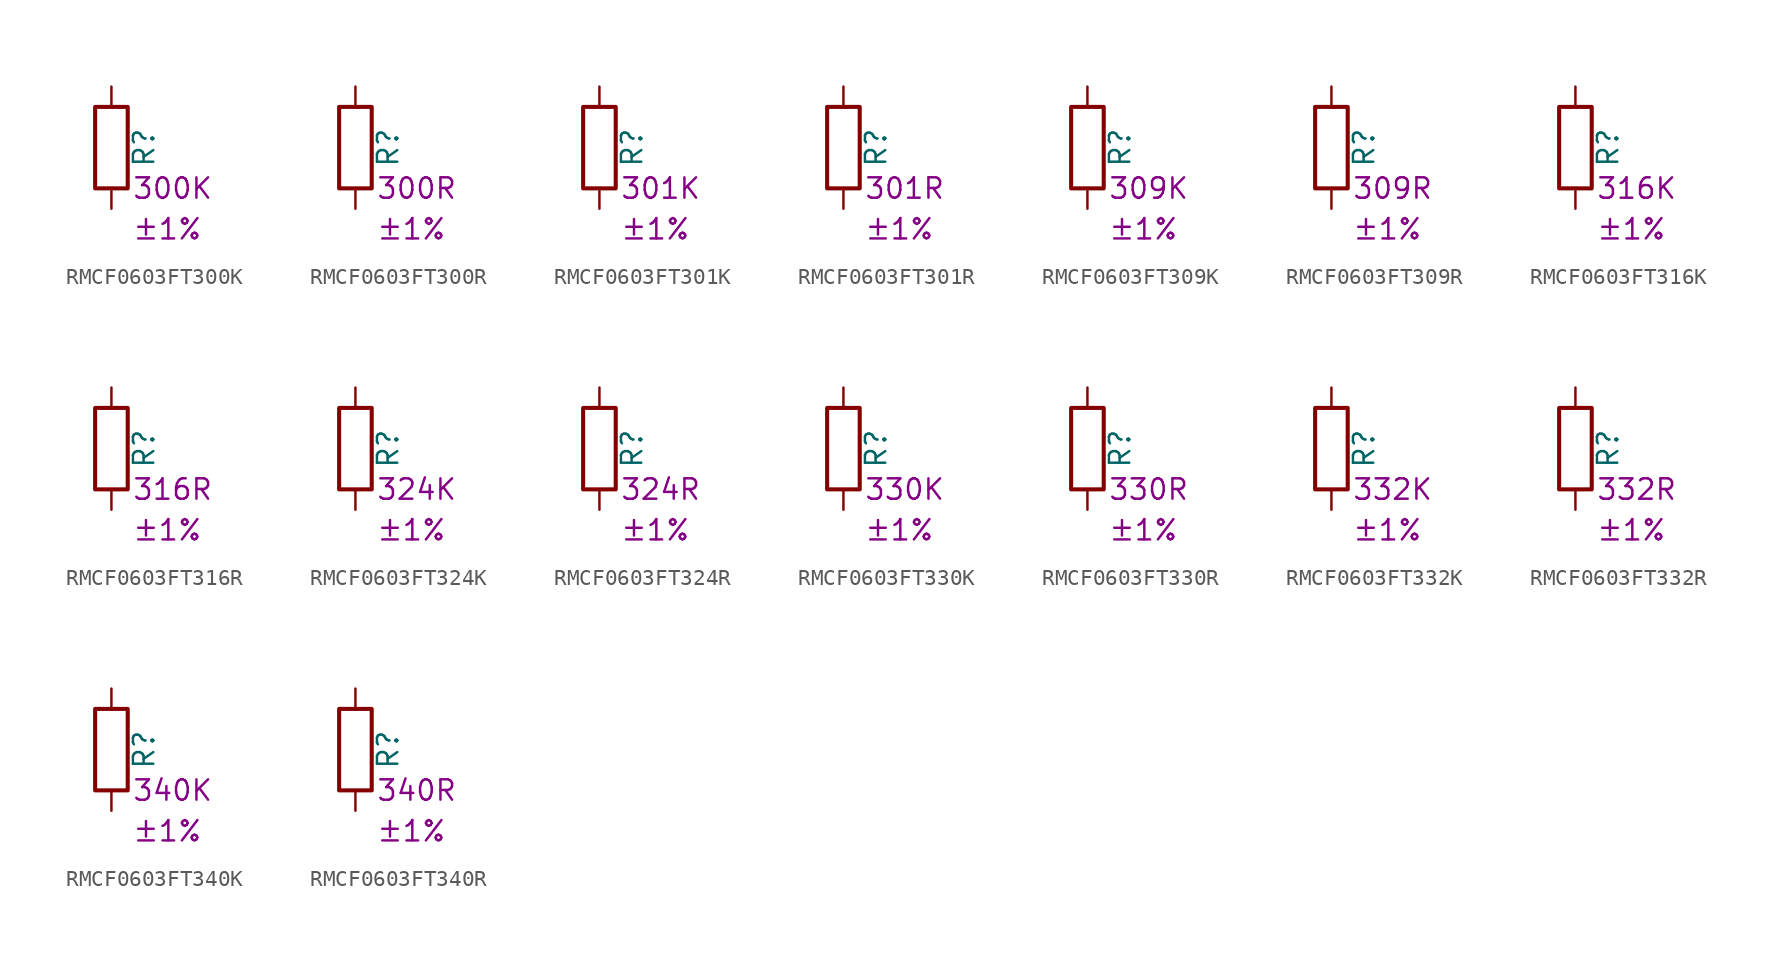
<source format=kicad_sym>
(kicad_symbol_lib
  (version 20220914)
  (generator kicad_symbol_editor)
  (symbol "RMCF0603FT300K"
    (pin_numbers hide)
    (pin_names
      (offset 0))
    (property "Reference" "R"
      (at 2.032 0 90)
      (effects (font (size 1.27 1.27))))
    (property "Resistance" "300K"
      (at 1.27 -2.54 0)
      (effects (font (size 1.27 1.27)) (justify left)))
    (property "Tolerance" "±1%"
      (at 1.27 -5.08 0)
      (effects (font (size 1.27 1.27)) (justify left)))
    (symbol "RMCF0603FT300K_0_1"
      (rectangle (start -1.016 -2.54) (end 1.016 2.54) (stroke (width 0.254) (type default)) (fill (type none))))
    (symbol "RMCF0603FT300K_1_1"
      (pin passive line (at 0 3.81 270) (length 1.27) (name "~" (effects (font (size 1.27 1.27)))) (number "1" (effects (font (size 1.27 1.27)))))
      (pin passive line (at 0 -3.81 90) (length 1.27) (name "~" (effects (font (size 1.27 1.27)))) (number "2" (effects (font (size 1.27 1.27)))))))
  (symbol "RMCF0603FT300R"
    (pin_numbers hide)
    (pin_names
      (offset 0))
    (property "Reference" "R"
      (at 2.032 0 90)
      (effects (font (size 1.27 1.27))))
    (property "Resistance" "300R"
      (at 1.27 -2.54 0)
      (effects (font (size 1.27 1.27)) (justify left)))
    (property "Tolerance" "±1%"
      (at 1.27 -5.08 0)
      (effects (font (size 1.27 1.27)) (justify left)))
    (symbol "RMCF0603FT300R_0_1"
      (rectangle (start -1.016 -2.54) (end 1.016 2.54) (stroke (width 0.254) (type default)) (fill (type none))))
    (symbol "RMCF0603FT300R_1_1"
      (pin passive line (at 0 3.81 270) (length 1.27) (name "~" (effects (font (size 1.27 1.27)))) (number "1" (effects (font (size 1.27 1.27)))))
      (pin passive line (at 0 -3.81 90) (length 1.27) (name "~" (effects (font (size 1.27 1.27)))) (number "2" (effects (font (size 1.27 1.27)))))))
  (symbol "RMCF0603FT301K"
    (pin_numbers hide)
    (pin_names
      (offset 0))
    (property "Reference" "R"
      (at 2.032 0 90)
      (effects (font (size 1.27 1.27))))
    (property "Resistance" "301K"
      (at 1.27 -2.54 0)
      (effects (font (size 1.27 1.27)) (justify left)))
    (property "Tolerance" "±1%"
      (at 1.27 -5.08 0)
      (effects (font (size 1.27 1.27)) (justify left)))
    (symbol "RMCF0603FT301K_0_1"
      (rectangle (start -1.016 -2.54) (end 1.016 2.54) (stroke (width 0.254) (type default)) (fill (type none))))
    (symbol "RMCF0603FT301K_1_1"
      (pin passive line (at 0 3.81 270) (length 1.27) (name "~" (effects (font (size 1.27 1.27)))) (number "1" (effects (font (size 1.27 1.27)))))
      (pin passive line (at 0 -3.81 90) (length 1.27) (name "~" (effects (font (size 1.27 1.27)))) (number "2" (effects (font (size 1.27 1.27)))))))
  (symbol "RMCF0603FT301R"
    (pin_numbers hide)
    (pin_names
      (offset 0))
    (property "Reference" "R"
      (at 2.032 0 90)
      (effects (font (size 1.27 1.27))))
    (property "Resistance" "301R"
      (at 1.27 -2.54 0)
      (effects (font (size 1.27 1.27)) (justify left)))
    (property "Tolerance" "±1%"
      (at 1.27 -5.08 0)
      (effects (font (size 1.27 1.27)) (justify left)))
    (symbol "RMCF0603FT301R_0_1"
      (rectangle (start -1.016 -2.54) (end 1.016 2.54) (stroke (width 0.254) (type default)) (fill (type none))))
    (symbol "RMCF0603FT301R_1_1"
      (pin passive line (at 0 3.81 270) (length 1.27) (name "~" (effects (font (size 1.27 1.27)))) (number "1" (effects (font (size 1.27 1.27)))))
      (pin passive line (at 0 -3.81 90) (length 1.27) (name "~" (effects (font (size 1.27 1.27)))) (number "2" (effects (font (size 1.27 1.27)))))))
  (symbol "RMCF0603FT309K"
    (pin_numbers hide)
    (pin_names
      (offset 0))
    (property "Reference" "R"
      (at 2.032 0 90)
      (effects (font (size 1.27 1.27))))
    (property "Resistance" "309K"
      (at 1.27 -2.54 0)
      (effects (font (size 1.27 1.27)) (justify left)))
    (property "Tolerance" "±1%"
      (at 1.27 -5.08 0)
      (effects (font (size 1.27 1.27)) (justify left)))
    (symbol "RMCF0603FT309K_0_1"
      (rectangle (start -1.016 -2.54) (end 1.016 2.54) (stroke (width 0.254) (type default)) (fill (type none))))
    (symbol "RMCF0603FT309K_1_1"
      (pin passive line (at 0 3.81 270) (length 1.27) (name "~" (effects (font (size 1.27 1.27)))) (number "1" (effects (font (size 1.27 1.27)))))
      (pin passive line (at 0 -3.81 90) (length 1.27) (name "~" (effects (font (size 1.27 1.27)))) (number "2" (effects (font (size 1.27 1.27)))))))
  (symbol "RMCF0603FT309R"
    (pin_numbers hide)
    (pin_names
      (offset 0))
    (property "Reference" "R"
      (at 2.032 0 90)
      (effects (font (size 1.27 1.27))))
    (property "Resistance" "309R"
      (at 1.27 -2.54 0)
      (effects (font (size 1.27 1.27)) (justify left)))
    (property "Tolerance" "±1%"
      (at 1.27 -5.08 0)
      (effects (font (size 1.27 1.27)) (justify left)))
    (symbol "RMCF0603FT309R_0_1"
      (rectangle (start -1.016 -2.54) (end 1.016 2.54) (stroke (width 0.254) (type default)) (fill (type none))))
    (symbol "RMCF0603FT309R_1_1"
      (pin passive line (at 0 3.81 270) (length 1.27) (name "~" (effects (font (size 1.27 1.27)))) (number "1" (effects (font (size 1.27 1.27)))))
      (pin passive line (at 0 -3.81 90) (length 1.27) (name "~" (effects (font (size 1.27 1.27)))) (number "2" (effects (font (size 1.27 1.27)))))))
  (symbol "RMCF0603FT316K"
    (pin_numbers hide)
    (pin_names
      (offset 0))
    (property "Reference" "R"
      (at 2.032 0 90)
      (effects (font (size 1.27 1.27))))
    (property "Resistance" "316K"
      (at 1.27 -2.54 0)
      (effects (font (size 1.27 1.27)) (justify left)))
    (property "Tolerance" "±1%"
      (at 1.27 -5.08 0)
      (effects (font (size 1.27 1.27)) (justify left)))
    (symbol "RMCF0603FT316K_0_1"
      (rectangle (start -1.016 -2.54) (end 1.016 2.54) (stroke (width 0.254) (type default)) (fill (type none))))
    (symbol "RMCF0603FT316K_1_1"
      (pin passive line (at 0 3.81 270) (length 1.27) (name "~" (effects (font (size 1.27 1.27)))) (number "1" (effects (font (size 1.27 1.27)))))
      (pin passive line (at 0 -3.81 90) (length 1.27) (name "~" (effects (font (size 1.27 1.27)))) (number "2" (effects (font (size 1.27 1.27)))))))
  (symbol "RMCF0603FT316R"
    (pin_numbers hide)
    (pin_names
      (offset 0))
    (property "Reference" "R"
      (at 2.032 0 90)
      (effects (font (size 1.27 1.27))))
    (property "Resistance" "316R"
      (at 1.27 -2.54 0)
      (effects (font (size 1.27 1.27)) (justify left)))
    (property "Tolerance" "±1%"
      (at 1.27 -5.08 0)
      (effects (font (size 1.27 1.27)) (justify left)))
    (symbol "RMCF0603FT316R_0_1"
      (rectangle (start -1.016 -2.54) (end 1.016 2.54) (stroke (width 0.254) (type default)) (fill (type none))))
    (symbol "RMCF0603FT316R_1_1"
      (pin passive line (at 0 3.81 270) (length 1.27) (name "~" (effects (font (size 1.27 1.27)))) (number "1" (effects (font (size 1.27 1.27)))))
      (pin passive line (at 0 -3.81 90) (length 1.27) (name "~" (effects (font (size 1.27 1.27)))) (number "2" (effects (font (size 1.27 1.27)))))))
  (symbol "RMCF0603FT324K"
    (pin_numbers hide)
    (pin_names
      (offset 0))
    (property "Reference" "R"
      (at 2.032 0 90)
      (effects (font (size 1.27 1.27))))
    (property "Resistance" "324K"
      (at 1.27 -2.54 0)
      (effects (font (size 1.27 1.27)) (justify left)))
    (property "Tolerance" "±1%"
      (at 1.27 -5.08 0)
      (effects (font (size 1.27 1.27)) (justify left)))
    (symbol "RMCF0603FT324K_0_1"
      (rectangle (start -1.016 -2.54) (end 1.016 2.54) (stroke (width 0.254) (type default)) (fill (type none))))
    (symbol "RMCF0603FT324K_1_1"
      (pin passive line (at 0 3.81 270) (length 1.27) (name "~" (effects (font (size 1.27 1.27)))) (number "1" (effects (font (size 1.27 1.27)))))
      (pin passive line (at 0 -3.81 90) (length 1.27) (name "~" (effects (font (size 1.27 1.27)))) (number "2" (effects (font (size 1.27 1.27)))))))
  (symbol "RMCF0603FT324R"
    (pin_numbers hide)
    (pin_names
      (offset 0))
    (property "Reference" "R"
      (at 2.032 0 90)
      (effects (font (size 1.27 1.27))))
    (property "Resistance" "324R"
      (at 1.27 -2.54 0)
      (effects (font (size 1.27 1.27)) (justify left)))
    (property "Tolerance" "±1%"
      (at 1.27 -5.08 0)
      (effects (font (size 1.27 1.27)) (justify left)))
    (symbol "RMCF0603FT324R_0_1"
      (rectangle (start -1.016 -2.54) (end 1.016 2.54) (stroke (width 0.254) (type default)) (fill (type none))))
    (symbol "RMCF0603FT324R_1_1"
      (pin passive line (at 0 3.81 270) (length 1.27) (name "~" (effects (font (size 1.27 1.27)))) (number "1" (effects (font (size 1.27 1.27)))))
      (pin passive line (at 0 -3.81 90) (length 1.27) (name "~" (effects (font (size 1.27 1.27)))) (number "2" (effects (font (size 1.27 1.27)))))))
  (symbol "RMCF0603FT330K"
    (pin_numbers hide)
    (pin_names
      (offset 0))
    (property "Reference" "R"
      (at 2.032 0 90)
      (effects (font (size 1.27 1.27))))
    (property "Resistance" "330K"
      (at 1.27 -2.54 0)
      (effects (font (size 1.27 1.27)) (justify left)))
    (property "Tolerance" "±1%"
      (at 1.27 -5.08 0)
      (effects (font (size 1.27 1.27)) (justify left)))
    (symbol "RMCF0603FT330K_0_1"
      (rectangle (start -1.016 -2.54) (end 1.016 2.54) (stroke (width 0.254) (type default)) (fill (type none))))
    (symbol "RMCF0603FT330K_1_1"
      (pin passive line (at 0 3.81 270) (length 1.27) (name "~" (effects (font (size 1.27 1.27)))) (number "1" (effects (font (size 1.27 1.27)))))
      (pin passive line (at 0 -3.81 90) (length 1.27) (name "~" (effects (font (size 1.27 1.27)))) (number "2" (effects (font (size 1.27 1.27)))))))
  (symbol "RMCF0603FT330R"
    (pin_numbers hide)
    (pin_names
      (offset 0))
    (property "Reference" "R"
      (at 2.032 0 90)
      (effects (font (size 1.27 1.27))))
    (property "Resistance" "330R"
      (at 1.27 -2.54 0)
      (effects (font (size 1.27 1.27)) (justify left)))
    (property "Tolerance" "±1%"
      (at 1.27 -5.08 0)
      (effects (font (size 1.27 1.27)) (justify left)))
    (symbol "RMCF0603FT330R_0_1"
      (rectangle (start -1.016 -2.54) (end 1.016 2.54) (stroke (width 0.254) (type default)) (fill (type none))))
    (symbol "RMCF0603FT330R_1_1"
      (pin passive line (at 0 3.81 270) (length 1.27) (name "~" (effects (font (size 1.27 1.27)))) (number "1" (effects (font (size 1.27 1.27)))))
      (pin passive line (at 0 -3.81 90) (length 1.27) (name "~" (effects (font (size 1.27 1.27)))) (number "2" (effects (font (size 1.27 1.27)))))))
  (symbol "RMCF0603FT332K"
    (pin_numbers hide)
    (pin_names
      (offset 0))
    (property "Reference" "R"
      (at 2.032 0 90)
      (effects (font (size 1.27 1.27))))
    (property "Resistance" "332K"
      (at 1.27 -2.54 0)
      (effects (font (size 1.27 1.27)) (justify left)))
    (property "Tolerance" "±1%"
      (at 1.27 -5.08 0)
      (effects (font (size 1.27 1.27)) (justify left)))
    (symbol "RMCF0603FT332K_0_1"
      (rectangle (start -1.016 -2.54) (end 1.016 2.54) (stroke (width 0.254) (type default)) (fill (type none))))
    (symbol "RMCF0603FT332K_1_1"
      (pin passive line (at 0 3.81 270) (length 1.27) (name "~" (effects (font (size 1.27 1.27)))) (number "1" (effects (font (size 1.27 1.27)))))
      (pin passive line (at 0 -3.81 90) (length 1.27) (name "~" (effects (font (size 1.27 1.27)))) (number "2" (effects (font (size 1.27 1.27)))))))
  (symbol "RMCF0603FT332R"
    (pin_numbers hide)
    (pin_names
      (offset 0))
    (property "Reference" "R"
      (at 2.032 0 90)
      (effects (font (size 1.27 1.27))))
    (property "Resistance" "332R"
      (at 1.27 -2.54 0)
      (effects (font (size 1.27 1.27)) (justify left)))
    (property "Tolerance" "±1%"
      (at 1.27 -5.08 0)
      (effects (font (size 1.27 1.27)) (justify left)))
    (symbol "RMCF0603FT332R_0_1"
      (rectangle (start -1.016 -2.54) (end 1.016 2.54) (stroke (width 0.254) (type default)) (fill (type none))))
    (symbol "RMCF0603FT332R_1_1"
      (pin passive line (at 0 3.81 270) (length 1.27) (name "~" (effects (font (size 1.27 1.27)))) (number "1" (effects (font (size 1.27 1.27)))))
      (pin passive line (at 0 -3.81 90) (length 1.27) (name "~" (effects (font (size 1.27 1.27)))) (number "2" (effects (font (size 1.27 1.27)))))))
  (symbol "RMCF0603FT340K"
    (pin_numbers hide)
    (pin_names
      (offset 0))
    (property "Reference" "R"
      (at 2.032 0 90)
      (effects (font (size 1.27 1.27))))
    (property "Resistance" "340K"
      (at 1.27 -2.54 0)
      (effects (font (size 1.27 1.27)) (justify left)))
    (property "Tolerance" "±1%"
      (at 1.27 -5.08 0)
      (effects (font (size 1.27 1.27)) (justify left)))
    (symbol "RMCF0603FT340K_0_1"
      (rectangle (start -1.016 -2.54) (end 1.016 2.54) (stroke (width 0.254) (type default)) (fill (type none))))
    (symbol "RMCF0603FT340K_1_1"
      (pin passive line (at 0 3.81 270) (length 1.27) (name "~" (effects (font (size 1.27 1.27)))) (number "1" (effects (font (size 1.27 1.27)))))
      (pin passive line (at 0 -3.81 90) (length 1.27) (name "~" (effects (font (size 1.27 1.27)))) (number "2" (effects (font (size 1.27 1.27)))))))
  (symbol "RMCF0603FT340R"
    (pin_numbers hide)
    (pin_names
      (offset 0))
    (property "Reference" "R"
      (at 2.032 0 90)
      (effects (font (size 1.27 1.27))))
    (property "Resistance" "340R"
      (at 1.27 -2.54 0)
      (effects (font (size 1.27 1.27)) (justify left)))
    (property "Tolerance" "±1%"
      (at 1.27 -5.08 0)
      (effects (font (size 1.27 1.27)) (justify left)))
    (symbol "RMCF0603FT340R_0_1"
      (rectangle (start -1.016 -2.54) (end 1.016 2.54) (stroke (width 0.254) (type default)) (fill (type none))))
    (symbol "RMCF0603FT340R_1_1"
      (pin passive line (at 0 3.81 270) (length 1.27) (name "~" (effects (font (size 1.27 1.27)))) (number "1" (effects (font (size 1.27 1.27)))))
      (pin passive line (at 0 -3.81 90) (length 1.27) (name "~" (effects (font (size 1.27 1.27)))) (number "2" (effects (font (size 1.27 1.27))))))))
</source>
